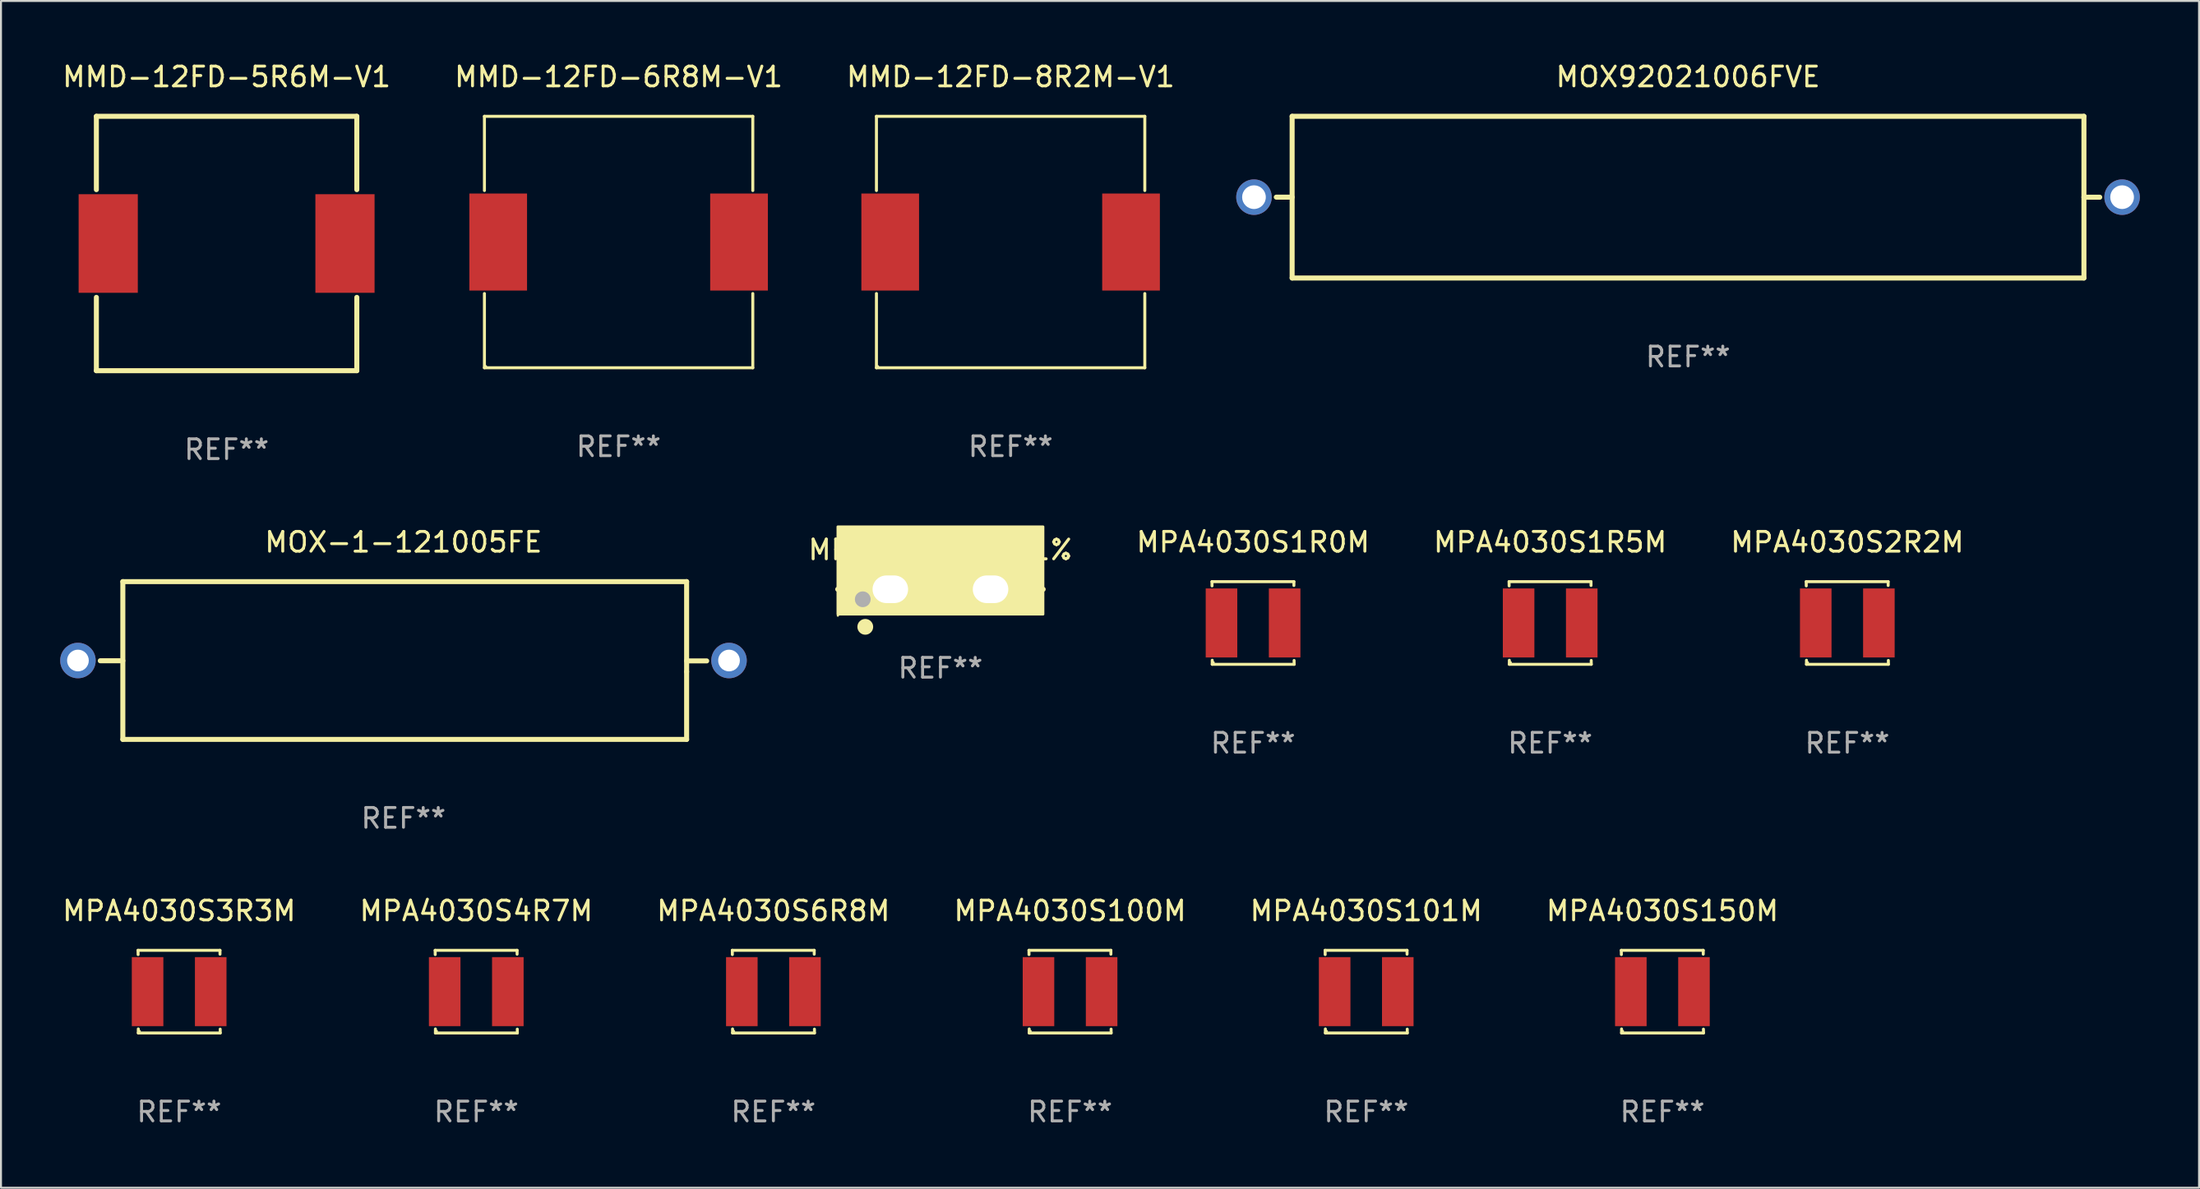
<source format=kicad_pcb>
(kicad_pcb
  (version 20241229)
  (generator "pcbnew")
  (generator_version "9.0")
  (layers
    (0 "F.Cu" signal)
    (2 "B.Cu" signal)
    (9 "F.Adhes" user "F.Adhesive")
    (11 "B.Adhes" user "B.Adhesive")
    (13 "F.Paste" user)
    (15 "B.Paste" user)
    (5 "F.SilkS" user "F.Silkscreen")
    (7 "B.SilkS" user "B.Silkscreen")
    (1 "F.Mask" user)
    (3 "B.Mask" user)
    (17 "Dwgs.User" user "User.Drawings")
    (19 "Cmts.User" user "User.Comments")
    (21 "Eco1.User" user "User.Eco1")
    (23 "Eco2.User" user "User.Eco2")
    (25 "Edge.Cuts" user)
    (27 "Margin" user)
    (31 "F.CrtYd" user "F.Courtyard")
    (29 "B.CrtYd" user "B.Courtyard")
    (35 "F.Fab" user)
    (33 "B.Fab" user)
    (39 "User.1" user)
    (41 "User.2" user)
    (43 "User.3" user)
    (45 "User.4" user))
  (footprint "MPA4030S1R0M"
    (layer "F.Cu")
    (at 60.461 28.541)
    (property "Reference" "MPA4030S1R0M" (at 0 -4.096 0) (layer "F.SilkS") (effects (font (size 1 1) (thickness 0.15))))
    (attr through_hole)
    (fp_line (start -2.083 -2.096) (end -2.08 -1.88) (stroke (width 0.15) (type solid)) (layer "F.SilkS"))
    (fp_line (start -2.07 1.89) (end -2.07 2.096) (stroke (width 0.15) (type solid)) (layer "F.SilkS"))
    (fp_line (start -2.07 2.096) (end 2.083 2.096) (stroke (width 0.15) (type solid)) (layer "F.SilkS"))
    (fp_line (start 2.07 -1.9) (end 2.07 -2.096) (stroke (width 0.15) (type solid)) (layer "F.SilkS"))
    (fp_line (start 2.07 -2.096) (end -2.083 -2.096) (stroke (width 0.15) (type solid)) (layer "F.SilkS"))
    (fp_line (start 2.083 2.096) (end 2.08 1.9) (stroke (width 0.15) (type solid)) (layer "F.SilkS"))
    (fp_circle (center -2 2) (end -1.97 2) (stroke (width 0.06) (type solid)) (fill no) (layer "F.SilkS"))
    (fp_text user "REF**" (at 0 6.096 0) (layer "F.Fab") (effects (font (size 1 1) (thickness 0.15))))
    (pad "1" smd rect (at -1.6 -0.000343) (size 1.6 3.5) (layers "F.Cu" "F.Mask" "F.Paste"))
    (pad "2" smd rect (at 1.6 -0.000343) (size 1.6 3.5) (layers "F.Cu" "F.Mask" "F.Paste")))
  (footprint "MOX-1-121005FE"
    (layer "F.Cu")
    (at 17.4 30.445)
    (property "Reference" "MOX-1-121005FE" (at 0 -6 0) (layer "F.SilkS") (effects (font (size 1 1) (thickness 0.15))))
    (attr through_hole)
    (fp_line (start -14.224 -4) (end -14.224 4) (stroke (width 0.254) (type solid)) (layer "F.SilkS"))
    (fp_line (start -14.224 -4) (end 14.351 -4) (stroke (width 0.254) (type solid)) (layer "F.SilkS"))
    (fp_line (start -14.224 0.012) (end -15.369 0.012) (stroke (width 0.254) (type solid)) (layer "F.SilkS"))
    (fp_line (start -14.224 4) (end 14.351 4) (stroke (width 0.254) (type solid)) (layer "F.SilkS"))
    (fp_line (start 14.351 -4) (end 14.351 0.569) (stroke (width 0.254) (type solid)) (layer "F.SilkS"))
    (fp_line (start 14.351 0.02) (end 15.369 0.02) (stroke (width 0.254) (type solid)) (layer "F.SilkS"))
    (fp_line (start 14.351 0.569) (end 14.351 4) (stroke (width 0.254) (type solid)) (layer "F.SilkS"))
    (fp_text user "REF**" (at 0 8 0) (layer "F.Fab") (effects (font (size 1 1) (thickness 0.15))))
    (pad "1" thru_hole circle (at -16.5 0) (size 1.8 1.8) (drill 1.1) (layers "*.Cu" "*.Mask"))
    (pad "2" thru_hole circle (at 16.5 0) (size 1.8 1.8) (drill 1.1) (layers "*.Cu" "*.Mask")))
  (footprint "MPA4030S6R8M"
    (layer "F.Cu")
    (at 36.149 47.237)
    (property "Reference" "MPA4030S6R8M" (at 0 -4.096 0) (layer "F.SilkS") (effects (font (size 1 1) (thickness 0.15))))
    (attr through_hole)
    (fp_line (start -2.083 -2.096) (end -2.08 -1.88) (stroke (width 0.15) (type solid)) (layer "F.SilkS"))
    (fp_line (start -2.07 1.89) (end -2.07 2.096) (stroke (width 0.15) (type solid)) (layer "F.SilkS"))
    (fp_line (start -2.07 2.096) (end 2.083 2.096) (stroke (width 0.15) (type solid)) (layer "F.SilkS"))
    (fp_line (start 2.07 -1.9) (end 2.07 -2.096) (stroke (width 0.15) (type solid)) (layer "F.SilkS"))
    (fp_line (start 2.07 -2.096) (end -2.083 -2.096) (stroke (width 0.15) (type solid)) (layer "F.SilkS"))
    (fp_line (start 2.083 2.096) (end 2.08 1.9) (stroke (width 0.15) (type solid)) (layer "F.SilkS"))
    (fp_circle (center -2 2) (end -1.97 2) (stroke (width 0.06) (type solid)) (fill no) (layer "F.SilkS"))
    (fp_text user "REF**" (at 0 6.096 0) (layer "F.Fab") (effects (font (size 1 1) (thickness 0.15))))
    (pad "1" smd rect (at -1.6 -0.000343) (size 1.6 3.5) (layers "F.Cu" "F.Mask" "F.Paste"))
    (pad "2" smd rect (at 1.6 -0.000343) (size 1.6 3.5) (layers "F.Cu" "F.Mask" "F.Paste")))
  (footprint "MPA4030S2R2M"
    (layer "F.Cu")
    (at 90.58 28.541)
    (property "Reference" "MPA4030S2R2M" (at 0 -4.096 0) (layer "F.SilkS") (effects (font (size 1 1) (thickness 0.15))))
    (attr through_hole)
    (fp_line (start -2.083 -2.096) (end -2.08 -1.88) (stroke (width 0.15) (type solid)) (layer "F.SilkS"))
    (fp_line (start -2.07 1.89) (end -2.07 2.096) (stroke (width 0.15) (type solid)) (layer "F.SilkS"))
    (fp_line (start -2.07 2.096) (end 2.083 2.096) (stroke (width 0.15) (type solid)) (layer "F.SilkS"))
    (fp_line (start 2.07 -1.9) (end 2.07 -2.096) (stroke (width 0.15) (type solid)) (layer "F.SilkS"))
    (fp_line (start 2.07 -2.096) (end -2.083 -2.096) (stroke (width 0.15) (type solid)) (layer "F.SilkS"))
    (fp_line (start 2.083 2.096) (end 2.08 1.9) (stroke (width 0.15) (type solid)) (layer "F.SilkS"))
    (fp_circle (center -2 2) (end -1.97 2) (stroke (width 0.06) (type solid)) (fill no) (layer "F.SilkS"))
    (fp_text user "REF**" (at 0 6.096 0) (layer "F.Fab") (effects (font (size 1 1) (thickness 0.15))))
    (pad "1" smd rect (at -1.6 -0.000343) (size 1.6 3.5) (layers "F.Cu" "F.Mask" "F.Paste"))
    (pad "2" smd rect (at 1.6 -0.000343) (size 1.6 3.5) (layers "F.Cu" "F.Mask" "F.Paste")))
  (footprint "MPA4030S100M"
    (layer "F.Cu")
    (at 51.185 47.237)
    (property "Reference" "MPA4030S100M" (at 0 -4.096 0) (layer "F.SilkS") (effects (font (size 1 1) (thickness 0.15))))
    (attr through_hole)
    (fp_line (start -2.083 -2.096) (end -2.08 -1.88) (stroke (width 0.15) (type solid)) (layer "F.SilkS"))
    (fp_line (start -2.07 1.89) (end -2.07 2.096) (stroke (width 0.15) (type solid)) (layer "F.SilkS"))
    (fp_line (start -2.07 2.096) (end 2.083 2.096) (stroke (width 0.15) (type solid)) (layer "F.SilkS"))
    (fp_line (start 2.07 -1.9) (end 2.07 -2.096) (stroke (width 0.15) (type solid)) (layer "F.SilkS"))
    (fp_line (start 2.07 -2.096) (end -2.083 -2.096) (stroke (width 0.15) (type solid)) (layer "F.SilkS"))
    (fp_line (start 2.083 2.096) (end 2.08 1.9) (stroke (width 0.15) (type solid)) (layer "F.SilkS"))
    (fp_circle (center -2 2) (end -1.97 2) (stroke (width 0.06) (type solid)) (fill no) (layer "F.SilkS"))
    (fp_text user "REF**" (at 0 6.096 0) (layer "F.Fab") (effects (font (size 1 1) (thickness 0.15))))
    (pad "1" smd rect (at -1.6 -0.000343) (size 1.6 3.5) (layers "F.Cu" "F.Mask" "F.Paste"))
    (pad "2" smd rect (at 1.6 -0.000343) (size 1.6 3.5) (layers "F.Cu" "F.Mask" "F.Paste")))
  (footprint "MMD-12FD-6R8M-V1"
    (layer "F.Cu")
    (at 28.304 9.224)
    (property "Reference" "MMD-12FD-6R8M-V1" (at 0 -8.376 0) (layer "F.SilkS") (effects (font (size 1 1) (thickness 0.15))))
    (attr through_hole)
    (fp_line (start -6.801 -6.376) (end 6.801 -6.376) (stroke (width 0.152) (type solid)) (layer "F.SilkS"))
    (fp_line (start -6.801 -2.612) (end -6.801 -6.376) (stroke (width 0.152) (type solid)) (layer "F.SilkS"))
    (fp_line (start -6.801 2.612) (end -6.801 6.376) (stroke (width 0.152) (type solid)) (layer "F.SilkS"))
    (fp_line (start -6.801 6.376) (end 6.801 6.376) (stroke (width 0.152) (type solid)) (layer "F.SilkS"))
    (fp_line (start 6.801 -6.376) (end 6.801 -2.612) (stroke (width 0.152) (type solid)) (layer "F.SilkS"))
    (fp_line (start 6.801 6.376) (end 6.801 2.612) (stroke (width 0.152) (type solid)) (layer "F.SilkS"))
    (fp_circle (center -6.725 6.3) (end -6.695 6.3) (stroke (width 0.06) (type solid)) (fill no) (layer "F.SilkS"))
    (fp_text user "REF**" (at 0 10.376 0) (layer "F.Fab") (effects (font (size 1 1) (thickness 0.15))))
    (pad "1" smd rect (at 6.103 0) (size 2.924 4.92) (layers "F.Cu" "F.Mask" "F.Paste"))
    (pad "2" smd rect (at -6.103 0) (size 2.924 4.92) (layers "F.Cu" "F.Mask" "F.Paste")))
  (footprint "MP2060-500-1%"
    (layer "F.Cu")
    (at 44.616 26.832)
    (property "Reference" "MP2060-500-1%" (at 0 -2 0) (layer "F.SilkS") (effects (font (size 1 1) (thickness 0.15))))
    (attr through_hole)
    (fp_line (start -5.207 0) (end -4.021 0) (stroke (width 0.254) (type solid)) (layer "F.SilkS"))
    (fp_line (start -1.059 0) (end 1.059 0) (stroke (width 0.254) (type solid)) (layer "F.SilkS"))
    (fp_line (start 4.021 0) (end 5.207 0) (stroke (width 0.254) (type solid)) (layer "F.SilkS"))
    (fp_circle (center -5.2 1.335) (end -5.17 1.335) (stroke (width 0.06) (type solid)) (fill no) (layer "F.SilkS"))
    (fp_circle (center -3.81 1.905) (end -3.61 1.905) (stroke (width 0.4) (type solid)) (fill no) (layer "F.SilkS"))
    (fp_poly (pts (xy -5.207 -3.175) (xy 5.207 -3.175) (xy 5.207 1.27) (xy -5.207 1.27)) (stroke (width 0.12) (type solid)) (fill yes) (layer "F.SilkS"))
    (fp_circle (center -3.937 0.508) (end -3.737 0.508) (stroke (width 0.4) (type solid)) (fill no) (layer "F.Fab"))
    (fp_text user "REF**" (at 0 4 0) (layer "F.Fab") (effects (font (size 1 1) (thickness 0.15))))
    (pad "1" thru_hole oval (at -2.54 0) (size 2.5 2) (drill oval 1.8 1.4) (layers "*.Cu" "*.Mask"))
    (pad "2" thru_hole oval (at 2.54 0) (size 2.5 2) (drill oval 1.8 1.4) (layers "*.Cu" "*.Mask")))
  (footprint "MOX92021006FVE"
    (layer "F.Cu")
    (at 82.507 6.948)
    (property "Reference" "MOX92021006FVE" (at 0 -6.1 0) (layer "F.SilkS") (effects (font (size 1 1) (thickness 0.15))))
    (attr through_hole)
    (fp_line (start -20.869 0) (end -20.066 0) (stroke (width 0.254) (type solid)) (layer "F.SilkS"))
    (fp_line (start -20.066 -4.1) (end -20.066 4.1) (stroke (width 0.254) (type solid)) (layer "F.SilkS"))
    (fp_line (start -20.066 -4.1) (end 20.066 -4.1) (stroke (width 0.254) (type solid)) (layer "F.SilkS"))
    (fp_line (start -20.066 4.1) (end 20.066 4.1) (stroke (width 0.254) (type solid)) (layer "F.SilkS"))
    (fp_line (start 20.066 -4.1) (end 20.066 4.1) (stroke (width 0.254) (type solid)) (layer "F.SilkS"))
    (fp_line (start 20.066 0.003) (end 20.869 0.003) (stroke (width 0.254) (type solid)) (layer "F.SilkS"))
    (fp_text user "REF**" (at 0 8.1 0) (layer "F.Fab") (effects (font (size 1 1) (thickness 0.15))))
    (pad "1" thru_hole circle (at -22 0) (size 1.8 1.8) (drill 1.2) (layers "*.Cu" "*.Mask"))
    (pad "2" thru_hole circle (at 22 0) (size 1.8 1.8) (drill 1.2) (layers "*.Cu" "*.Mask")))
  (footprint "MPA4030S150M"
    (layer "F.Cu")
    (at 81.208 47.237)
    (property "Reference" "MPA4030S150M" (at 0 -4.096 0) (layer "F.SilkS") (effects (font (size 1 1) (thickness 0.15))))
    (attr through_hole)
    (fp_line (start -2.083 -2.096) (end -2.08 -1.88) (stroke (width 0.15) (type solid)) (layer "F.SilkS"))
    (fp_line (start -2.07 1.89) (end -2.07 2.096) (stroke (width 0.15) (type solid)) (layer "F.SilkS"))
    (fp_line (start -2.07 2.096) (end 2.083 2.096) (stroke (width 0.15) (type solid)) (layer "F.SilkS"))
    (fp_line (start 2.07 -1.9) (end 2.07 -2.096) (stroke (width 0.15) (type solid)) (layer "F.SilkS"))
    (fp_line (start 2.07 -2.096) (end -2.083 -2.096) (stroke (width 0.15) (type solid)) (layer "F.SilkS"))
    (fp_line (start 2.083 2.096) (end 2.08 1.9) (stroke (width 0.15) (type solid)) (layer "F.SilkS"))
    (fp_circle (center -2 2) (end -1.97 2) (stroke (width 0.06) (type solid)) (fill no) (layer "F.SilkS"))
    (fp_text user "REF**" (at 0 6.096 0) (layer "F.Fab") (effects (font (size 1 1) (thickness 0.15))))
    (pad "1" smd rect (at -1.6 -0.000343) (size 1.6 3.5) (layers "F.Cu" "F.Mask" "F.Paste"))
    (pad "2" smd rect (at 1.6 -0.000343) (size 1.6 3.5) (layers "F.Cu" "F.Mask" "F.Paste")))
  (footprint "MPA4030S4R7M"
    (layer "F.Cu")
    (at 21.089 47.237)
    (property "Reference" "MPA4030S4R7M" (at 0 -4.096 0) (layer "F.SilkS") (effects (font (size 1 1) (thickness 0.15))))
    (attr through_hole)
    (fp_line (start -2.083 -2.096) (end -2.08 -1.88) (stroke (width 0.15) (type solid)) (layer "F.SilkS"))
    (fp_line (start -2.07 1.89) (end -2.07 2.096) (stroke (width 0.15) (type solid)) (layer "F.SilkS"))
    (fp_line (start -2.07 2.096) (end 2.083 2.096) (stroke (width 0.15) (type solid)) (layer "F.SilkS"))
    (fp_line (start 2.07 -1.9) (end 2.07 -2.096) (stroke (width 0.15) (type solid)) (layer "F.SilkS"))
    (fp_line (start 2.07 -2.096) (end -2.083 -2.096) (stroke (width 0.15) (type solid)) (layer "F.SilkS"))
    (fp_line (start 2.083 2.096) (end 2.08 1.9) (stroke (width 0.15) (type solid)) (layer "F.SilkS"))
    (fp_circle (center -2 2) (end -1.97 2) (stroke (width 0.06) (type solid)) (fill no) (layer "F.SilkS"))
    (fp_text user "REF**" (at 0 6.096 0) (layer "F.Fab") (effects (font (size 1 1) (thickness 0.15))))
    (pad "1" smd rect (at -1.6 -0.000343) (size 1.6 3.5) (layers "F.Cu" "F.Mask" "F.Paste"))
    (pad "2" smd rect (at 1.6 -0.000343) (size 1.6 3.5) (layers "F.Cu" "F.Mask" "F.Paste")))
  (footprint "MMD-12FD-8R2M-V1"
    (layer "F.Cu")
    (at 48.173 9.224)
    (property "Reference" "MMD-12FD-8R2M-V1" (at 0 -8.376 0) (layer "F.SilkS") (effects (font (size 1 1) (thickness 0.15))))
    (attr through_hole)
    (fp_line (start -6.801 -6.376) (end 6.801 -6.376) (stroke (width 0.152) (type solid)) (layer "F.SilkS"))
    (fp_line (start -6.801 -2.612) (end -6.801 -6.376) (stroke (width 0.152) (type solid)) (layer "F.SilkS"))
    (fp_line (start -6.801 2.612) (end -6.801 6.376) (stroke (width 0.152) (type solid)) (layer "F.SilkS"))
    (fp_line (start -6.801 6.376) (end 6.801 6.376) (stroke (width 0.152) (type solid)) (layer "F.SilkS"))
    (fp_line (start 6.801 -6.376) (end 6.801 -2.612) (stroke (width 0.152) (type solid)) (layer "F.SilkS"))
    (fp_line (start 6.801 6.376) (end 6.801 2.612) (stroke (width 0.152) (type solid)) (layer "F.SilkS"))
    (fp_circle (center -6.725 6.3) (end -6.695 6.3) (stroke (width 0.06) (type solid)) (fill no) (layer "F.SilkS"))
    (fp_text user "REF**" (at 0 10.376 0) (layer "F.Fab") (effects (font (size 1 1) (thickness 0.15))))
    (pad "1" smd rect (at 6.103 0) (size 2.924 4.92) (layers "F.Cu" "F.Mask" "F.Paste"))
    (pad "2" smd rect (at -6.103 0) (size 2.924 4.92) (layers "F.Cu" "F.Mask" "F.Paste")))
  (footprint "MPA4030S1R5M"
    (layer "F.Cu")
    (at 75.52 28.541)
    (property "Reference" "MPA4030S1R5M" (at 0 -4.096 0) (layer "F.SilkS") (effects (font (size 1 1) (thickness 0.15))))
    (attr through_hole)
    (fp_line (start -2.083 -2.096) (end -2.08 -1.88) (stroke (width 0.15) (type solid)) (layer "F.SilkS"))
    (fp_line (start -2.07 1.89) (end -2.07 2.096) (stroke (width 0.15) (type solid)) (layer "F.SilkS"))
    (fp_line (start -2.07 2.096) (end 2.083 2.096) (stroke (width 0.15) (type solid)) (layer "F.SilkS"))
    (fp_line (start 2.07 -1.9) (end 2.07 -2.096) (stroke (width 0.15) (type solid)) (layer "F.SilkS"))
    (fp_line (start 2.07 -2.096) (end -2.083 -2.096) (stroke (width 0.15) (type solid)) (layer "F.SilkS"))
    (fp_line (start 2.083 2.096) (end 2.08 1.9) (stroke (width 0.15) (type solid)) (layer "F.SilkS"))
    (fp_circle (center -2 2) (end -1.97 2) (stroke (width 0.06) (type solid)) (fill no) (layer "F.SilkS"))
    (fp_text user "REF**" (at 0 6.096 0) (layer "F.Fab") (effects (font (size 1 1) (thickness 0.15))))
    (pad "1" smd rect (at -1.6 -0.000343) (size 1.6 3.5) (layers "F.Cu" "F.Mask" "F.Paste"))
    (pad "2" smd rect (at 1.6 -0.000343) (size 1.6 3.5) (layers "F.Cu" "F.Mask" "F.Paste")))
  (footprint "MMD-12FD-5R6M-V1"
    (layer "F.Cu")
    (at 8.435 9.298)
    (property "Reference" "MMD-12FD-5R6M-V1" (at 0 -8.45 0) (layer "F.SilkS") (effects (font (size 1 1) (thickness 0.15))))
    (attr through_hole)
    (fp_line (start -6.6 -6.45) (end 6.6 -6.45) (stroke (width 0.254) (type solid)) (layer "F.SilkS"))
    (fp_line (start -6.6 -2.731) (end -6.6 -6.45) (stroke (width 0.254) (type solid)) (layer "F.SilkS"))
    (fp_line (start -6.6 6.45) (end -6.6 2.731) (stroke (width 0.254) (type solid)) (layer "F.SilkS"))
    (fp_line (start 6.6 -2.731) (end 6.6 -6.45) (stroke (width 0.254) (type solid)) (layer "F.SilkS"))
    (fp_line (start 6.6 6.45) (end -6.6 6.45) (stroke (width 0.254) (type solid)) (layer "F.SilkS"))
    (fp_line (start 6.6 6.45) (end 6.6 2.731) (stroke (width 0.254) (type solid)) (layer "F.SilkS"))
    (fp_circle (center -6.6 6.45) (end -6.57 6.45) (stroke (width 0.06) (type solid)) (fill no) (layer "F.SilkS"))
    (fp_text user "REF**" (at 0 10.45 0) (layer "F.Fab") (effects (font (size 1 1) (thickness 0.15))))
    (pad "1" smd rect (at -6 0) (size 3 5) (layers "F.Cu" "F.Mask" "F.Paste"))
    (pad "2" smd rect (at 6 0) (size 3 5) (layers "F.Cu" "F.Mask" "F.Paste")))
  (footprint "MPA4030S101M"
    (layer "F.Cu")
    (at 66.196 47.237)
    (property "Reference" "MPA4030S101M" (at 0 -4.096 0) (layer "F.SilkS") (effects (font (size 1 1) (thickness 0.15))))
    (attr through_hole)
    (fp_line (start -2.083 -2.096) (end -2.08 -1.88) (stroke (width 0.15) (type solid)) (layer "F.SilkS"))
    (fp_line (start -2.07 1.89) (end -2.07 2.096) (stroke (width 0.15) (type solid)) (layer "F.SilkS"))
    (fp_line (start -2.07 2.096) (end 2.083 2.096) (stroke (width 0.15) (type solid)) (layer "F.SilkS"))
    (fp_line (start 2.07 -1.9) (end 2.07 -2.096) (stroke (width 0.15) (type solid)) (layer "F.SilkS"))
    (fp_line (start 2.07 -2.096) (end -2.083 -2.096) (stroke (width 0.15) (type solid)) (layer "F.SilkS"))
    (fp_line (start 2.083 2.096) (end 2.08 1.9) (stroke (width 0.15) (type solid)) (layer "F.SilkS"))
    (fp_circle (center -2 2) (end -1.97 2) (stroke (width 0.06) (type solid)) (fill no) (layer "F.SilkS"))
    (fp_text user "REF**" (at 0 6.096 0) (layer "F.Fab") (effects (font (size 1 1) (thickness 0.15))))
    (pad "1" smd rect (at -1.6 -0.000343) (size 1.6 3.5) (layers "F.Cu" "F.Mask" "F.Paste"))
    (pad "2" smd rect (at 1.6 -0.000343) (size 1.6 3.5) (layers "F.Cu" "F.Mask" "F.Paste")))
  (footprint "MPA4030S3R3M"
    (layer "F.Cu")
    (at 6.03 47.237)
    (property "Reference" "MPA4030S3R3M" (at 0 -4.096 0) (layer "F.SilkS") (effects (font (size 1 1) (thickness 0.15))))
    (attr through_hole)
    (fp_line (start -2.083 -2.096) (end -2.08 -1.88) (stroke (width 0.15) (type solid)) (layer "F.SilkS"))
    (fp_line (start -2.07 1.89) (end -2.07 2.096) (stroke (width 0.15) (type solid)) (layer "F.SilkS"))
    (fp_line (start -2.07 2.096) (end 2.083 2.096) (stroke (width 0.15) (type solid)) (layer "F.SilkS"))
    (fp_line (start 2.07 -1.9) (end 2.07 -2.096) (stroke (width 0.15) (type solid)) (layer "F.SilkS"))
    (fp_line (start 2.07 -2.096) (end -2.083 -2.096) (stroke (width 0.15) (type solid)) (layer "F.SilkS"))
    (fp_line (start 2.083 2.096) (end 2.08 1.9) (stroke (width 0.15) (type solid)) (layer "F.SilkS"))
    (fp_circle (center -2 2) (end -1.97 2) (stroke (width 0.06) (type solid)) (fill no) (layer "F.SilkS"))
    (fp_text user "REF**" (at 0 6.096 0) (layer "F.Fab") (effects (font (size 1 1) (thickness 0.15))))
    (pad "1" smd rect (at -1.6 -0.000343) (size 1.6 3.5) (layers "F.Cu" "F.Mask" "F.Paste"))
    (pad "2" smd rect (at 1.6 -0.000343) (size 1.6 3.5) (layers "F.Cu" "F.Mask" "F.Paste")))
  (gr_rect
    (start -3 -3)
    (end 108.407 57.181)
    (stroke (width 0.1) (type default))
    (fill no)
    (layer "Edge.Cuts")))
</source>
